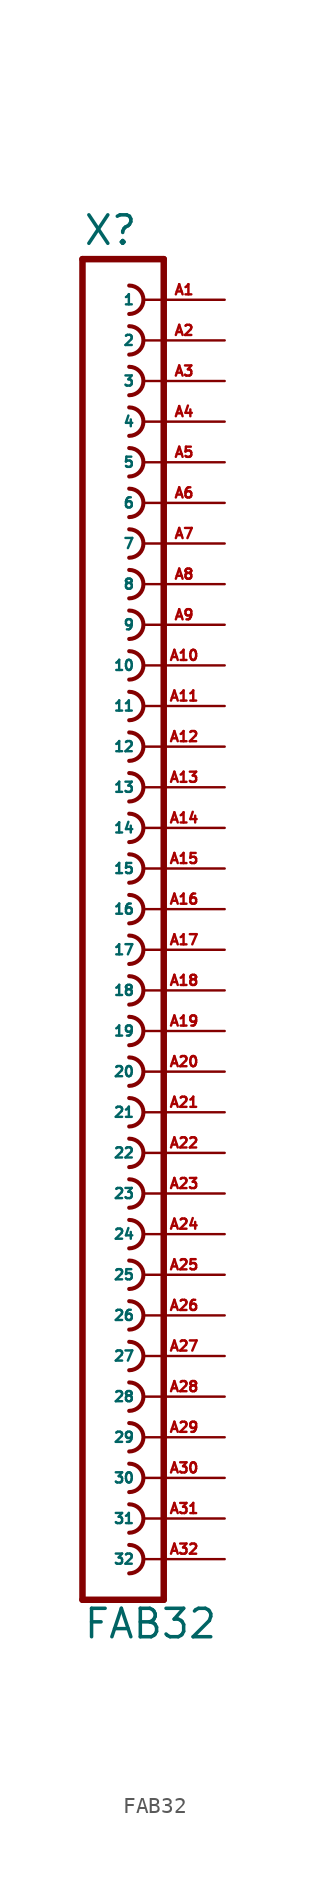
<source format=kicad_sym>
(kicad_symbol_lib
  (version 20220914)
  (generator Eagle2Kicad)
  (symbol "FAB32"
    (property "Reference" "X"
      (at -3.81 41.402 0)
      (effects (font (size 1.778 1.778) (thickness 0.22)) (justify left bottom)))
    (property "Value" "FAB32"
      (at -3.81 -45.72 0)
      (effects (font (size 1.778 1.778) (thickness 0.22)) (justify left bottom)))
    (polyline
      (pts (xy 1.27 -43.18) (xy -3.81 -43.18))
      (stroke (width 0.406) (type default))
      (fill (type none)))
    (polyline
      (pts (xy -3.81 40.64) (xy -3.81 -43.18))
      (stroke (width 0.406) (type default))
      (fill (type none)))
    (polyline
      (pts (xy -3.81 40.64) (xy 1.27 40.64))
      (stroke (width 0.406) (type default))
      (fill (type none)))
    (polyline
      (pts (xy 1.27 -43.18) (xy 1.27 40.64))
      (stroke (width 0.406) (type default))
      (fill (type none)))
    (arc
      (start -0.889 9.271)
      (mid 0.000 10.160)
      (end -0.889 11.049)
      (stroke (width 0.254) (type default))
      (fill (type none)))
    (arc
      (start -0.889 11.811)
      (mid 0.000 12.700)
      (end -0.889 13.589)
      (stroke (width 0.254) (type default))
      (fill (type none)))
    (arc
      (start -0.889 14.351)
      (mid 0.000 15.240)
      (end -0.889 16.129)
      (stroke (width 0.254) (type default))
      (fill (type none)))
    (arc
      (start -0.889 16.891)
      (mid 0.000 17.780)
      (end -0.889 18.669)
      (stroke (width 0.254) (type default))
      (fill (type none)))
    (arc
      (start -0.889 6.731)
      (mid 0.000 7.620)
      (end -0.889 8.509)
      (stroke (width 0.254) (type default))
      (fill (type none)))
    (arc
      (start -0.889 4.191)
      (mid 0.000 5.080)
      (end -0.889 5.969)
      (stroke (width 0.254) (type default))
      (fill (type none)))
    (arc
      (start -0.889 1.651)
      (mid 0.000 2.540)
      (end -0.889 3.429)
      (stroke (width 0.254) (type default))
      (fill (type none)))
    (arc
      (start -0.889 -0.889)
      (mid 0.000 0.000)
      (end -0.889 0.889)
      (stroke (width 0.254) (type default))
      (fill (type none)))
    (arc
      (start -0.889 -3.429)
      (mid 0.000 -2.540)
      (end -0.889 -1.651)
      (stroke (width 0.254) (type default))
      (fill (type none)))
    (arc
      (start -0.889 -5.969)
      (mid 0.000 -5.080)
      (end -0.889 -4.191)
      (stroke (width 0.254) (type default))
      (fill (type none)))
    (arc
      (start -0.889 -8.509)
      (mid 0.000 -7.620)
      (end -0.889 -6.731)
      (stroke (width 0.254) (type default))
      (fill (type none)))
    (arc
      (start -0.889 19.431)
      (mid 0.000 20.320)
      (end -0.889 21.209)
      (stroke (width 0.254) (type default))
      (fill (type none)))
    (arc
      (start -0.889 21.971)
      (mid 0.000 22.860)
      (end -0.889 23.749)
      (stroke (width 0.254) (type default))
      (fill (type none)))
    (arc
      (start -0.889 24.511)
      (mid 0.000 25.400)
      (end -0.889 26.289)
      (stroke (width 0.254) (type default))
      (fill (type none)))
    (arc
      (start -0.889 27.051)
      (mid 0.000 27.940)
      (end -0.889 28.829)
      (stroke (width 0.254) (type default))
      (fill (type none)))
    (arc
      (start -0.889 29.591)
      (mid 0.000 30.480)
      (end -0.889 31.369)
      (stroke (width 0.254) (type default))
      (fill (type none)))
    (arc
      (start -0.889 -11.049)
      (mid 0.000 -10.160)
      (end -0.889 -9.271)
      (stroke (width 0.254) (type default))
      (fill (type none)))
    (arc
      (start -0.889 -13.589)
      (mid 0.000 -12.700)
      (end -0.889 -11.811)
      (stroke (width 0.254) (type default))
      (fill (type none)))
    (arc
      (start -0.889 -16.129)
      (mid 0.000 -15.240)
      (end -0.889 -14.351)
      (stroke (width 0.254) (type default))
      (fill (type none)))
    (arc
      (start -0.889 32.131)
      (mid 0.000 33.020)
      (end -0.889 33.909)
      (stroke (width 0.254) (type default))
      (fill (type none)))
    (arc
      (start -0.889 34.671)
      (mid 0.000 35.560)
      (end -0.889 36.449)
      (stroke (width 0.254) (type default))
      (fill (type none)))
    (arc
      (start -0.889 37.211)
      (mid 0.000 38.100)
      (end -0.889 38.989)
      (stroke (width 0.254) (type default))
      (fill (type none)))
    (arc
      (start -0.889 -18.669)
      (mid 0.000 -17.780)
      (end -0.889 -16.891)
      (stroke (width 0.254) (type default))
      (fill (type none)))
    (arc
      (start -0.889 -21.209)
      (mid 0.000 -20.320)
      (end -0.889 -19.431)
      (stroke (width 0.254) (type default))
      (fill (type none)))
    (arc
      (start -0.889 -23.749)
      (mid 0.000 -22.860)
      (end -0.889 -21.971)
      (stroke (width 0.254) (type default))
      (fill (type none)))
    (arc
      (start -0.889 -26.289)
      (mid 0.000 -25.400)
      (end -0.889 -24.511)
      (stroke (width 0.254) (type default))
      (fill (type none)))
    (arc
      (start -0.889 -28.829)
      (mid 0.000 -27.940)
      (end -0.889 -27.051)
      (stroke (width 0.254) (type default))
      (fill (type none)))
    (arc
      (start -0.889 -31.369)
      (mid 0.000 -30.480)
      (end -0.889 -29.591)
      (stroke (width 0.254) (type default))
      (fill (type none)))
    (arc
      (start -0.889 -33.909)
      (mid 0.000 -33.020)
      (end -0.889 -32.131)
      (stroke (width 0.254) (type default))
      (fill (type none)))
    (arc
      (start -0.889 -36.449)
      (mid 0.000 -35.560)
      (end -0.889 -34.671)
      (stroke (width 0.254) (type default))
      (fill (type none)))
    (arc
      (start -0.889 -38.989)
      (mid 0.000 -38.100)
      (end -0.889 -37.211)
      (stroke (width 0.254) (type default))
      (fill (type none)))
    (arc
      (start -0.889 -41.529)
      (mid 0.000 -40.640)
      (end -0.889 -39.751)
      (stroke (width 0.254) (type default))
      (fill (type none)))
    (pin passive line
      (at 5.08 38.1 180)
      (length 5.08)
      (name "1" (effects (font (size 0.635 0.635) (thickness 0.08)) (justify left bottom)))
      (number "A1" (effects (font (size 0.635 0.635) (thickness 0.08)) (justify left bottom))))
    (pin passive line
      (at 5.08 35.56 180)
      (length 5.08)
      (name "2" (effects (font (size 0.635 0.635) (thickness 0.08)) (justify left bottom)))
      (number "A2" (effects (font (size 0.635 0.635) (thickness 0.08)) (justify left bottom))))
    (pin passive line
      (at 5.08 33.02 180)
      (length 5.08)
      (name "3" (effects (font (size 0.635 0.635) (thickness 0.08)) (justify left bottom)))
      (number "A3" (effects (font (size 0.635 0.635) (thickness 0.08)) (justify left bottom))))
    (pin passive line
      (at 5.08 30.48 180)
      (length 5.08)
      (name "4" (effects (font (size 0.635 0.635) (thickness 0.08)) (justify left bottom)))
      (number "A4" (effects (font (size 0.635 0.635) (thickness 0.08)) (justify left bottom))))
    (pin passive line
      (at 5.08 27.94 180)
      (length 5.08)
      (name "5" (effects (font (size 0.635 0.635) (thickness 0.08)) (justify left bottom)))
      (number "A5" (effects (font (size 0.635 0.635) (thickness 0.08)) (justify left bottom))))
    (pin passive line
      (at 5.08 25.4 180)
      (length 5.08)
      (name "6" (effects (font (size 0.635 0.635) (thickness 0.08)) (justify left bottom)))
      (number "A6" (effects (font (size 0.635 0.635) (thickness 0.08)) (justify left bottom))))
    (pin passive line
      (at 5.08 22.86 180)
      (length 5.08)
      (name "7" (effects (font (size 0.635 0.635) (thickness 0.08)) (justify left bottom)))
      (number "A7" (effects (font (size 0.635 0.635) (thickness 0.08)) (justify left bottom))))
    (pin passive line
      (at 5.08 20.32 180)
      (length 5.08)
      (name "8" (effects (font (size 0.635 0.635) (thickness 0.08)) (justify left bottom)))
      (number "A8" (effects (font (size 0.635 0.635) (thickness 0.08)) (justify left bottom))))
    (pin passive line
      (at 5.08 17.78 180)
      (length 5.08)
      (name "9" (effects (font (size 0.635 0.635) (thickness 0.08)) (justify left bottom)))
      (number "A9" (effects (font (size 0.635 0.635) (thickness 0.08)) (justify left bottom))))
    (pin passive line
      (at 5.08 15.24 180)
      (length 5.08)
      (name "10" (effects (font (size 0.635 0.635) (thickness 0.08)) (justify left bottom)))
      (number "A10" (effects (font (size 0.635 0.635) (thickness 0.08)) (justify left bottom))))
    (pin passive line
      (at 5.08 12.7 180)
      (length 5.08)
      (name "11" (effects (font (size 0.635 0.635) (thickness 0.08)) (justify left bottom)))
      (number "A11" (effects (font (size 0.635 0.635) (thickness 0.08)) (justify left bottom))))
    (pin passive line
      (at 5.08 10.16 180)
      (length 5.08)
      (name "12" (effects (font (size 0.635 0.635) (thickness 0.08)) (justify left bottom)))
      (number "A12" (effects (font (size 0.635 0.635) (thickness 0.08)) (justify left bottom))))
    (pin passive line
      (at 5.08 7.62 180)
      (length 5.08)
      (name "13" (effects (font (size 0.635 0.635) (thickness 0.08)) (justify left bottom)))
      (number "A13" (effects (font (size 0.635 0.635) (thickness 0.08)) (justify left bottom))))
    (pin passive line
      (at 5.08 5.08 180)
      (length 5.08)
      (name "14" (effects (font (size 0.635 0.635) (thickness 0.08)) (justify left bottom)))
      (number "A14" (effects (font (size 0.635 0.635) (thickness 0.08)) (justify left bottom))))
    (pin passive line
      (at 5.08 2.54 180)
      (length 5.08)
      (name "15" (effects (font (size 0.635 0.635) (thickness 0.08)) (justify left bottom)))
      (number "A15" (effects (font (size 0.635 0.635) (thickness 0.08)) (justify left bottom))))
    (pin passive line
      (at 5.08 0 180)
      (length 5.08)
      (name "16" (effects (font (size 0.635 0.635) (thickness 0.08)) (justify left bottom)))
      (number "A16" (effects (font (size 0.635 0.635) (thickness 0.08)) (justify left bottom))))
    (pin passive line
      (at 5.08 -2.54 180)
      (length 5.08)
      (name "17" (effects (font (size 0.635 0.635) (thickness 0.08)) (justify left bottom)))
      (number "A17" (effects (font (size 0.635 0.635) (thickness 0.08)) (justify left bottom))))
    (pin passive line
      (at 5.08 -5.08 180)
      (length 5.08)
      (name "18" (effects (font (size 0.635 0.635) (thickness 0.08)) (justify left bottom)))
      (number "A18" (effects (font (size 0.635 0.635) (thickness 0.08)) (justify left bottom))))
    (pin passive line
      (at 5.08 -7.62 180)
      (length 5.08)
      (name "19" (effects (font (size 0.635 0.635) (thickness 0.08)) (justify left bottom)))
      (number "A19" (effects (font (size 0.635 0.635) (thickness 0.08)) (justify left bottom))))
    (pin passive line
      (at 5.08 -10.16 180)
      (length 5.08)
      (name "20" (effects (font (size 0.635 0.635) (thickness 0.08)) (justify left bottom)))
      (number "A20" (effects (font (size 0.635 0.635) (thickness 0.08)) (justify left bottom))))
    (pin passive line
      (at 5.08 -12.7 180)
      (length 5.08)
      (name "21" (effects (font (size 0.635 0.635) (thickness 0.08)) (justify left bottom)))
      (number "A21" (effects (font (size 0.635 0.635) (thickness 0.08)) (justify left bottom))))
    (pin passive line
      (at 5.08 -15.24 180)
      (length 5.08)
      (name "22" (effects (font (size 0.635 0.635) (thickness 0.08)) (justify left bottom)))
      (number "A22" (effects (font (size 0.635 0.635) (thickness 0.08)) (justify left bottom))))
    (pin passive line
      (at 5.08 -17.78 180)
      (length 5.08)
      (name "23" (effects (font (size 0.635 0.635) (thickness 0.08)) (justify left bottom)))
      (number "A23" (effects (font (size 0.635 0.635) (thickness 0.08)) (justify left bottom))))
    (pin passive line
      (at 5.08 -20.32 180)
      (length 5.08)
      (name "24" (effects (font (size 0.635 0.635) (thickness 0.08)) (justify left bottom)))
      (number "A24" (effects (font (size 0.635 0.635) (thickness 0.08)) (justify left bottom))))
    (pin passive line
      (at 5.08 -22.86 180)
      (length 5.08)
      (name "25" (effects (font (size 0.635 0.635) (thickness 0.08)) (justify left bottom)))
      (number "A25" (effects (font (size 0.635 0.635) (thickness 0.08)) (justify left bottom))))
    (pin passive line
      (at 5.08 -25.4 180)
      (length 5.08)
      (name "26" (effects (font (size 0.635 0.635) (thickness 0.08)) (justify left bottom)))
      (number "A26" (effects (font (size 0.635 0.635) (thickness 0.08)) (justify left bottom))))
    (pin passive line
      (at 5.08 -27.94 180)
      (length 5.08)
      (name "27" (effects (font (size 0.635 0.635) (thickness 0.08)) (justify left bottom)))
      (number "A27" (effects (font (size 0.635 0.635) (thickness 0.08)) (justify left bottom))))
    (pin passive line
      (at 5.08 -30.48 180)
      (length 5.08)
      (name "28" (effects (font (size 0.635 0.635) (thickness 0.08)) (justify left bottom)))
      (number "A28" (effects (font (size 0.635 0.635) (thickness 0.08)) (justify left bottom))))
    (pin passive line
      (at 5.08 -33.02 180)
      (length 5.08)
      (name "29" (effects (font (size 0.635 0.635) (thickness 0.08)) (justify left bottom)))
      (number "A29" (effects (font (size 0.635 0.635) (thickness 0.08)) (justify left bottom))))
    (pin passive line
      (at 5.08 -35.56 180)
      (length 5.08)
      (name "30" (effects (font (size 0.635 0.635) (thickness 0.08)) (justify left bottom)))
      (number "A30" (effects (font (size 0.635 0.635) (thickness 0.08)) (justify left bottom))))
    (pin passive line
      (at 5.08 -38.1 180)
      (length 5.08)
      (name "31" (effects (font (size 0.635 0.635) (thickness 0.08)) (justify left bottom)))
      (number "A31" (effects (font (size 0.635 0.635) (thickness 0.08)) (justify left bottom))))
    (pin passive line
      (at 5.08 -40.64 180)
      (length 5.08)
      (name "32" (effects (font (size 0.635 0.635) (thickness 0.08)) (justify left bottom)))
      (number "A32" (effects (font (size 0.635 0.635) (thickness 0.08)) (justify left bottom))))))
</source>
